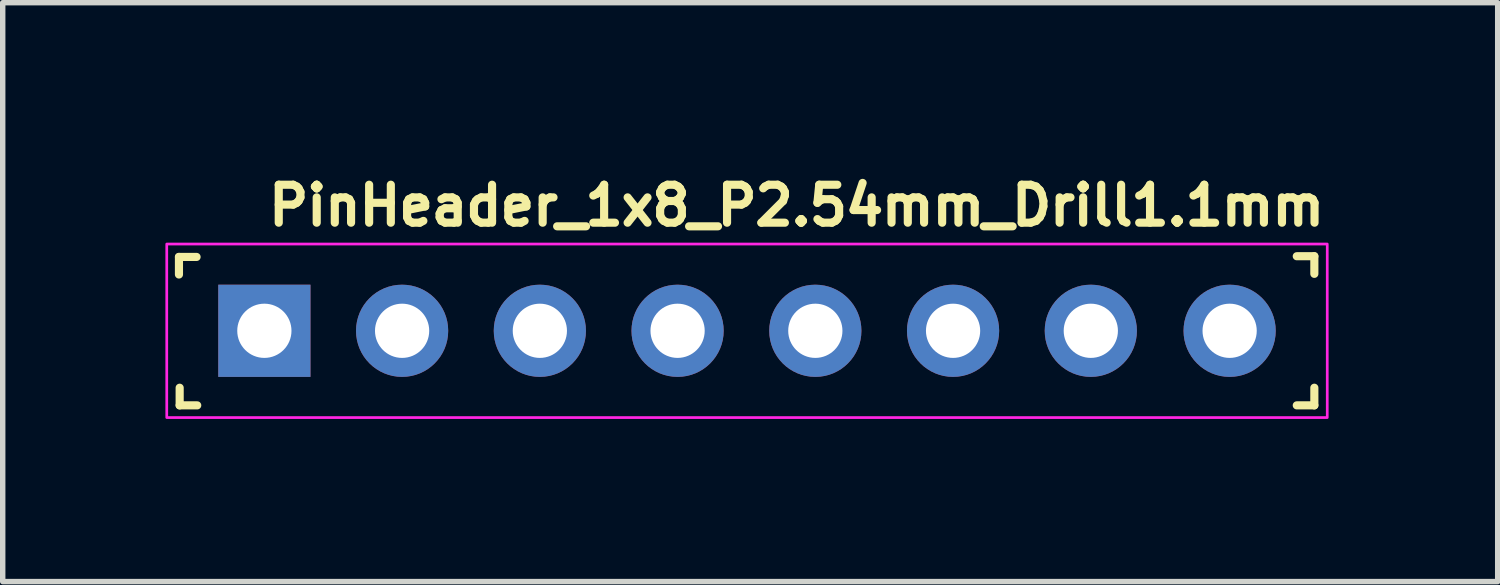
<source format=kicad_pcb>
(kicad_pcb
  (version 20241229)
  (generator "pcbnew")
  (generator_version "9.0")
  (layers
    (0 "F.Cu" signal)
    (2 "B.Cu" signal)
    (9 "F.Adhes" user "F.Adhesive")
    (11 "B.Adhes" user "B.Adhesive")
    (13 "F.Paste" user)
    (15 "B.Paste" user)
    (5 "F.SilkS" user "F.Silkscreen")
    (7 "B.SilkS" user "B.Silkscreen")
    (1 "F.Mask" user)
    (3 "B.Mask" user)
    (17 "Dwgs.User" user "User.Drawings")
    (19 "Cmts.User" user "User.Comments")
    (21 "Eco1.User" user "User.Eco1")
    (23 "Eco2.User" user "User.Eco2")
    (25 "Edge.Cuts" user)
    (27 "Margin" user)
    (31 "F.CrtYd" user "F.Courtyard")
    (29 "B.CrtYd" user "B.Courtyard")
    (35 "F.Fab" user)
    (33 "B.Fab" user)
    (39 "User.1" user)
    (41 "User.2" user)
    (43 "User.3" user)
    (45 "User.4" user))
  (footprint "PinHeader_1x8_P2.54mm_Drill1.1mm"
    (layer "F.Cu")
    (at 1.825 3.05)
    (property "Reference" "PinHeader_1x8_P2.54mm_Drill1.1mm" (at 0 -1.9 0) (layer "F.SilkS") (effects (font (size 0.7 0.7) (thickness 0.15)) (justify left bottom)))
    (attr through_hole)
    (fp_line (start -1.575 -1.362) (end -1.25 -1.362) (stroke (width 0.15) (type solid)) (layer "F.SilkS"))
    (fp_line (start -1.575 -1.038) (end -1.575 -1.362) (stroke (width 0.15) (type solid)) (layer "F.SilkS"))
    (fp_line (start -1.562 1.375) (end -1.562 1.05) (stroke (width 0.15) (type solid)) (layer "F.SilkS"))
    (fp_line (start -1.238 1.375) (end -1.562 1.375) (stroke (width 0.15) (type solid)) (layer "F.SilkS"))
    (fp_line (start 19.038 -1.375) (end 19.362 -1.375) (stroke (width 0.15) (type solid)) (layer "F.SilkS"))
    (fp_line (start 19.362 -1.375) (end 19.362 -1.05) (stroke (width 0.15) (type solid)) (layer "F.SilkS"))
    (fp_line (start 19.362 1.05) (end 19.362 1.375) (stroke (width 0.15) (type solid)) (layer "F.SilkS"))
    (fp_line (start 19.362 1.375) (end 19.038 1.375) (stroke (width 0.15) (type solid)) (layer "F.SilkS"))
    (fp_rect (start -1.8 -1.6) (end 19.6 1.6) (stroke (width 0.05) (type solid)) (fill no) (layer "F.CrtYd"))
    (fp_rect (start -1.524 1.27) (end 19.304 -1.27) (stroke (width 0.1) (type solid)) (fill no) (layer "User.5"))
    (fp_line (start -1.524 -1.27) (end -1.524 1.27) (stroke (width 0.02) (type solid)) (layer "User.9"))
    (fp_line (start -1.524 1.27) (end 19.304 1.27) (stroke (width 0.02) (type solid)) (layer "User.9"))
    (fp_line (start -0.762 -0.762) (end 0.762 -0.762) (stroke (width 0.02) (type solid)) (layer "User.9"))
    (fp_line (start -0.762 0.762) (end -0.762 -0.762) (stroke (width 0.02) (type solid)) (layer "User.9"))
    (fp_line (start -0.381 -0.381) (end -0.762 -0.762) (stroke (width 0.02) (type solid)) (layer "User.9"))
    (fp_line (start -0.381 -0.381) (end -0.381 0.381) (stroke (width 0.02) (type solid)) (layer "User.9"))
    (fp_line (start -0.381 -0.203) (end -0.102 -0.203) (stroke (width 0.02) (type solid)) (layer "User.9"))
    (fp_line (start -0.381 0.203) (end -0.102 0.203) (stroke (width 0.02) (type solid)) (layer "User.9"))
    (fp_line (start -0.381 0.381) (end -0.762 0.762) (stroke (width 0.02) (type solid)) (layer "User.9"))
    (fp_line (start -0.381 0.381) (end 0.381 0.381) (stroke (width 0.02) (type solid)) (layer "User.9"))
    (fp_line (start -0.102 -0.203) (end -0.102 0.203) (stroke (width 0.02) (type solid)) (layer "User.9"))
    (fp_line (start -0.102 -0.203) (end 0.102 -0.203) (stroke (width 0.02) (type solid)) (layer "User.9"))
    (fp_line (start -0.102 0.203) (end 0.102 0.203) (stroke (width 0.02) (type solid)) (layer "User.9"))
    (fp_line (start 0.102 -0.203) (end 0.102 0.203) (stroke (width 0.02) (type solid)) (layer "User.9"))
    (fp_line (start 0.102 -0.203) (end 0.381 -0.203) (stroke (width 0.02) (type solid)) (layer "User.9"))
    (fp_line (start 0.102 0.203) (end 0.381 0.203) (stroke (width 0.02) (type solid)) (layer "User.9"))
    (fp_line (start 0.381 -0.381) (end -0.381 -0.381) (stroke (width 0.02) (type solid)) (layer "User.9"))
    (fp_line (start 0.381 0.381) (end 0.381 -0.381) (stroke (width 0.02) (type solid)) (layer "User.9"))
    (fp_line (start 0.762 -0.762) (end 0.381 -0.381) (stroke (width 0.02) (type solid)) (layer "User.9"))
    (fp_line (start 0.762 -0.762) (end 0.762 0.762) (stroke (width 0.02) (type solid)) (layer "User.9"))
    (fp_line (start 0.762 0.762) (end -0.762 0.762) (stroke (width 0.02) (type solid)) (layer "User.9"))
    (fp_line (start 0.762 0.762) (end 0.381 0.381) (stroke (width 0.02) (type solid)) (layer "User.9"))
    (fp_line (start 1.778 -0.762) (end 3.302 -0.762) (stroke (width 0.02) (type solid)) (layer "User.9"))
    (fp_line (start 1.778 0.762) (end 1.778 -0.762) (stroke (width 0.02) (type solid)) (layer "User.9"))
    (fp_line (start 2.159 -0.381) (end 1.778 -0.762) (stroke (width 0.02) (type solid)) (layer "User.9"))
    (fp_line (start 2.159 -0.381) (end 2.159 0.381) (stroke (width 0.02) (type solid)) (layer "User.9"))
    (fp_line (start 2.159 -0.203) (end 2.438 -0.203) (stroke (width 0.02) (type solid)) (layer "User.9"))
    (fp_line (start 2.159 0.203) (end 2.438 0.203) (stroke (width 0.02) (type solid)) (layer "User.9"))
    (fp_line (start 2.159 0.381) (end 1.778 0.762) (stroke (width 0.02) (type solid)) (layer "User.9"))
    (fp_line (start 2.159 0.381) (end 2.921 0.381) (stroke (width 0.02) (type solid)) (layer "User.9"))
    (fp_line (start 2.438 -0.203) (end 2.438 0.203) (stroke (width 0.02) (type solid)) (layer "User.9"))
    (fp_line (start 2.438 -0.203) (end 2.642 -0.203) (stroke (width 0.02) (type solid)) (layer "User.9"))
    (fp_line (start 2.438 0.203) (end 2.642 0.203) (stroke (width 0.02) (type solid)) (layer "User.9"))
    (fp_line (start 2.642 -0.203) (end 2.642 0.203) (stroke (width 0.02) (type solid)) (layer "User.9"))
    (fp_line (start 2.642 -0.203) (end 2.921 -0.203) (stroke (width 0.02) (type solid)) (layer "User.9"))
    (fp_line (start 2.642 0.203) (end 2.921 0.203) (stroke (width 0.02) (type solid)) (layer "User.9"))
    (fp_line (start 2.921 -0.381) (end 2.159 -0.381) (stroke (width 0.02) (type solid)) (layer "User.9"))
    (fp_line (start 2.921 0.381) (end 2.921 -0.381) (stroke (width 0.02) (type solid)) (layer "User.9"))
    (fp_line (start 3.302 -0.762) (end 2.921 -0.381) (stroke (width 0.02) (type solid)) (layer "User.9"))
    (fp_line (start 3.302 -0.762) (end 3.302 0.762) (stroke (width 0.02) (type solid)) (layer "User.9"))
    (fp_line (start 3.302 0.762) (end 1.778 0.762) (stroke (width 0.02) (type solid)) (layer "User.9"))
    (fp_line (start 3.302 0.762) (end 2.921 0.381) (stroke (width 0.02) (type solid)) (layer "User.9"))
    (fp_line (start 4.318 -0.762) (end 5.842 -0.762) (stroke (width 0.02) (type solid)) (layer "User.9"))
    (fp_line (start 4.318 0.762) (end 4.318 -0.762) (stroke (width 0.02) (type solid)) (layer "User.9"))
    (fp_line (start 4.699 -0.381) (end 4.318 -0.762) (stroke (width 0.02) (type solid)) (layer "User.9"))
    (fp_line (start 4.699 -0.381) (end 4.699 0.381) (stroke (width 0.02) (type solid)) (layer "User.9"))
    (fp_line (start 4.699 -0.203) (end 4.978 -0.203) (stroke (width 0.02) (type solid)) (layer "User.9"))
    (fp_line (start 4.699 0.203) (end 4.978 0.203) (stroke (width 0.02) (type solid)) (layer "User.9"))
    (fp_line (start 4.699 0.381) (end 4.318 0.762) (stroke (width 0.02) (type solid)) (layer "User.9"))
    (fp_line (start 4.699 0.381) (end 5.461 0.381) (stroke (width 0.02) (type solid)) (layer "User.9"))
    (fp_line (start 4.978 -0.203) (end 4.978 0.203) (stroke (width 0.02) (type solid)) (layer "User.9"))
    (fp_line (start 4.978 -0.203) (end 5.182 -0.203) (stroke (width 0.02) (type solid)) (layer "User.9"))
    (fp_line (start 4.978 0.203) (end 5.182 0.203) (stroke (width 0.02) (type solid)) (layer "User.9"))
    (fp_line (start 5.182 -0.203) (end 5.182 0.203) (stroke (width 0.02) (type solid)) (layer "User.9"))
    (fp_line (start 5.182 -0.203) (end 5.461 -0.203) (stroke (width 0.02) (type solid)) (layer "User.9"))
    (fp_line (start 5.182 0.203) (end 5.461 0.203) (stroke (width 0.02) (type solid)) (layer "User.9"))
    (fp_line (start 5.461 -0.381) (end 4.699 -0.381) (stroke (width 0.02) (type solid)) (layer "User.9"))
    (fp_line (start 5.461 0.381) (end 5.461 -0.381) (stroke (width 0.02) (type solid)) (layer "User.9"))
    (fp_line (start 5.842 -0.762) (end 5.461 -0.381) (stroke (width 0.02) (type solid)) (layer "User.9"))
    (fp_line (start 5.842 -0.762) (end 5.842 0.762) (stroke (width 0.02) (type solid)) (layer "User.9"))
    (fp_line (start 5.842 0.762) (end 4.318 0.762) (stroke (width 0.02) (type solid)) (layer "User.9"))
    (fp_line (start 5.842 0.762) (end 5.461 0.381) (stroke (width 0.02) (type solid)) (layer "User.9"))
    (fp_line (start 6.858 -0.762) (end 8.382 -0.762) (stroke (width 0.02) (type solid)) (layer "User.9"))
    (fp_line (start 6.858 0.762) (end 6.858 -0.762) (stroke (width 0.02) (type solid)) (layer "User.9"))
    (fp_line (start 7.239 -0.381) (end 6.858 -0.762) (stroke (width 0.02) (type solid)) (layer "User.9"))
    (fp_line (start 7.239 -0.381) (end 7.239 0.381) (stroke (width 0.02) (type solid)) (layer "User.9"))
    (fp_line (start 7.239 -0.203) (end 7.518 -0.203) (stroke (width 0.02) (type solid)) (layer "User.9"))
    (fp_line (start 7.239 0.203) (end 7.518 0.203) (stroke (width 0.02) (type solid)) (layer "User.9"))
    (fp_line (start 7.239 0.381) (end 6.858 0.762) (stroke (width 0.02) (type solid)) (layer "User.9"))
    (fp_line (start 7.239 0.381) (end 8.001 0.381) (stroke (width 0.02) (type solid)) (layer "User.9"))
    (fp_line (start 7.518 -0.203) (end 7.518 0.203) (stroke (width 0.02) (type solid)) (layer "User.9"))
    (fp_line (start 7.518 -0.203) (end 7.722 -0.203) (stroke (width 0.02) (type solid)) (layer "User.9"))
    (fp_line (start 7.518 0.203) (end 7.722 0.203) (stroke (width 0.02) (type solid)) (layer "User.9"))
    (fp_line (start 7.722 -0.203) (end 7.722 0.203) (stroke (width 0.02) (type solid)) (layer "User.9"))
    (fp_line (start 7.722 -0.203) (end 8.001 -0.203) (stroke (width 0.02) (type solid)) (layer "User.9"))
    (fp_line (start 7.722 0.203) (end 8.001 0.203) (stroke (width 0.02) (type solid)) (layer "User.9"))
    (fp_line (start 8.001 -0.381) (end 7.239 -0.381) (stroke (width 0.02) (type solid)) (layer "User.9"))
    (fp_line (start 8.001 0.381) (end 8.001 -0.381) (stroke (width 0.02) (type solid)) (layer "User.9"))
    (fp_line (start 8.382 -0.762) (end 8.001 -0.381) (stroke (width 0.02) (type solid)) (layer "User.9"))
    (fp_line (start 8.382 -0.762) (end 8.382 0.762) (stroke (width 0.02) (type solid)) (layer "User.9"))
    (fp_line (start 8.382 0.762) (end 6.858 0.762) (stroke (width 0.02) (type solid)) (layer "User.9"))
    (fp_line (start 8.382 0.762) (end 8.001 0.381) (stroke (width 0.02) (type solid)) (layer "User.9"))
    (fp_line (start 9.398 -0.762) (end 10.922 -0.762) (stroke (width 0.02) (type solid)) (layer "User.9"))
    (fp_line (start 9.398 0.762) (end 9.398 -0.762) (stroke (width 0.02) (type solid)) (layer "User.9"))
    (fp_line (start 9.779 -0.381) (end 9.398 -0.762) (stroke (width 0.02) (type solid)) (layer "User.9"))
    (fp_line (start 9.779 -0.381) (end 9.779 0.381) (stroke (width 0.02) (type solid)) (layer "User.9"))
    (fp_line (start 9.779 -0.203) (end 10.058 -0.203) (stroke (width 0.02) (type solid)) (layer "User.9"))
    (fp_line (start 9.779 0.203) (end 10.058 0.203) (stroke (width 0.02) (type solid)) (layer "User.9"))
    (fp_line (start 9.779 0.381) (end 9.398 0.762) (stroke (width 0.02) (type solid)) (layer "User.9"))
    (fp_line (start 9.779 0.381) (end 10.541 0.381) (stroke (width 0.02) (type solid)) (layer "User.9"))
    (fp_line (start 10.058 -0.203) (end 10.058 0.203) (stroke (width 0.02) (type solid)) (layer "User.9"))
    (fp_line (start 10.058 -0.203) (end 10.262 -0.203) (stroke (width 0.02) (type solid)) (layer "User.9"))
    (fp_line (start 10.058 0.203) (end 10.262 0.203) (stroke (width 0.02) (type solid)) (layer "User.9"))
    (fp_line (start 10.262 -0.203) (end 10.262 0.203) (stroke (width 0.02) (type solid)) (layer "User.9"))
    (fp_line (start 10.262 -0.203) (end 10.541 -0.203) (stroke (width 0.02) (type solid)) (layer "User.9"))
    (fp_line (start 10.262 0.203) (end 10.541 0.203) (stroke (width 0.02) (type solid)) (layer "User.9"))
    (fp_line (start 10.541 -0.381) (end 9.779 -0.381) (stroke (width 0.02) (type solid)) (layer "User.9"))
    (fp_line (start 10.541 0.381) (end 10.541 -0.381) (stroke (width 0.02) (type solid)) (layer "User.9"))
    (fp_line (start 10.922 -0.762) (end 10.541 -0.381) (stroke (width 0.02) (type solid)) (layer "User.9"))
    (fp_line (start 10.922 -0.762) (end 10.922 0.762) (stroke (width 0.02) (type solid)) (layer "User.9"))
    (fp_line (start 10.922 0.762) (end 9.398 0.762) (stroke (width 0.02) (type solid)) (layer "User.9"))
    (fp_line (start 10.922 0.762) (end 10.541 0.381) (stroke (width 0.02) (type solid)) (layer "User.9"))
    (fp_line (start 11.938 -0.762) (end 13.462 -0.762) (stroke (width 0.02) (type solid)) (layer "User.9"))
    (fp_line (start 11.938 0.762) (end 11.938 -0.762) (stroke (width 0.02) (type solid)) (layer "User.9"))
    (fp_line (start 12.319 -0.381) (end 11.938 -0.762) (stroke (width 0.02) (type solid)) (layer "User.9"))
    (fp_line (start 12.319 -0.381) (end 12.319 0.381) (stroke (width 0.02) (type solid)) (layer "User.9"))
    (fp_line (start 12.319 -0.203) (end 12.598 -0.203) (stroke (width 0.02) (type solid)) (layer "User.9"))
    (fp_line (start 12.319 0.203) (end 12.598 0.203) (stroke (width 0.02) (type solid)) (layer "User.9"))
    (fp_line (start 12.319 0.381) (end 11.938 0.762) (stroke (width 0.02) (type solid)) (layer "User.9"))
    (fp_line (start 12.319 0.381) (end 13.081 0.381) (stroke (width 0.02) (type solid)) (layer "User.9"))
    (fp_line (start 12.598 -0.203) (end 12.598 0.203) (stroke (width 0.02) (type solid)) (layer "User.9"))
    (fp_line (start 12.598 -0.203) (end 12.802 -0.203) (stroke (width 0.02) (type solid)) (layer "User.9"))
    (fp_line (start 12.598 0.203) (end 12.802 0.203) (stroke (width 0.02) (type solid)) (layer "User.9"))
    (fp_line (start 12.802 -0.203) (end 12.802 0.203) (stroke (width 0.02) (type solid)) (layer "User.9"))
    (fp_line (start 12.802 -0.203) (end 13.081 -0.203) (stroke (width 0.02) (type solid)) (layer "User.9"))
    (fp_line (start 12.802 0.203) (end 13.081 0.203) (stroke (width 0.02) (type solid)) (layer "User.9"))
    (fp_line (start 13.081 -0.381) (end 12.319 -0.381) (stroke (width 0.02) (type solid)) (layer "User.9"))
    (fp_line (start 13.081 0.381) (end 13.081 -0.381) (stroke (width 0.02) (type solid)) (layer "User.9"))
    (fp_line (start 13.462 -0.762) (end 13.081 -0.381) (stroke (width 0.02) (type solid)) (layer "User.9"))
    (fp_line (start 13.462 -0.762) (end 13.462 0.762) (stroke (width 0.02) (type solid)) (layer "User.9"))
    (fp_line (start 13.462 0.762) (end 11.938 0.762) (stroke (width 0.02) (type solid)) (layer "User.9"))
    (fp_line (start 13.462 0.762) (end 13.081 0.381) (stroke (width 0.02) (type solid)) (layer "User.9"))
    (fp_line (start 14.478 -0.762) (end 16.002 -0.762) (stroke (width 0.02) (type solid)) (layer "User.9"))
    (fp_line (start 14.478 0.762) (end 14.478 -0.762) (stroke (width 0.02) (type solid)) (layer "User.9"))
    (fp_line (start 14.859 -0.381) (end 14.478 -0.762) (stroke (width 0.02) (type solid)) (layer "User.9"))
    (fp_line (start 14.859 -0.381) (end 14.859 0.381) (stroke (width 0.02) (type solid)) (layer "User.9"))
    (fp_line (start 14.859 -0.203) (end 15.138 -0.203) (stroke (width 0.02) (type solid)) (layer "User.9"))
    (fp_line (start 14.859 0.203) (end 15.138 0.203) (stroke (width 0.02) (type solid)) (layer "User.9"))
    (fp_line (start 14.859 0.381) (end 14.478 0.762) (stroke (width 0.02) (type solid)) (layer "User.9"))
    (fp_line (start 14.859 0.381) (end 15.621 0.381) (stroke (width 0.02) (type solid)) (layer "User.9"))
    (fp_line (start 15.138 -0.203) (end 15.138 0.203) (stroke (width 0.02) (type solid)) (layer "User.9"))
    (fp_line (start 15.138 -0.203) (end 15.342 -0.203) (stroke (width 0.02) (type solid)) (layer "User.9"))
    (fp_line (start 15.138 0.203) (end 15.342 0.203) (stroke (width 0.02) (type solid)) (layer "User.9"))
    (fp_line (start 15.342 -0.203) (end 15.342 0.203) (stroke (width 0.02) (type solid)) (layer "User.9"))
    (fp_line (start 15.342 -0.203) (end 15.621 -0.203) (stroke (width 0.02) (type solid)) (layer "User.9"))
    (fp_line (start 15.342 0.203) (end 15.621 0.203) (stroke (width 0.02) (type solid)) (layer "User.9"))
    (fp_line (start 15.621 -0.381) (end 14.859 -0.381) (stroke (width 0.02) (type solid)) (layer "User.9"))
    (fp_line (start 15.621 0.381) (end 15.621 -0.381) (stroke (width 0.02) (type solid)) (layer "User.9"))
    (fp_line (start 16.002 -0.762) (end 15.621 -0.381) (stroke (width 0.02) (type solid)) (layer "User.9"))
    (fp_line (start 16.002 -0.762) (end 16.002 0.762) (stroke (width 0.02) (type solid)) (layer "User.9"))
    (fp_line (start 16.002 0.762) (end 14.478 0.762) (stroke (width 0.02) (type solid)) (layer "User.9"))
    (fp_line (start 16.002 0.762) (end 15.621 0.381) (stroke (width 0.02) (type solid)) (layer "User.9"))
    (fp_line (start 17.018 -0.762) (end 18.542 -0.762) (stroke (width 0.02) (type solid)) (layer "User.9"))
    (fp_line (start 17.018 0.762) (end 17.018 -0.762) (stroke (width 0.02) (type solid)) (layer "User.9"))
    (fp_line (start 17.018 0.762) (end 17.399 0.381) (stroke (width 0.02) (type solid)) (layer "User.9"))
    (fp_line (start 17.399 -0.381) (end 17.018 -0.762) (stroke (width 0.02) (type solid)) (layer "User.9"))
    (fp_line (start 17.399 -0.381) (end 17.399 0.381) (stroke (width 0.02) (type solid)) (layer "User.9"))
    (fp_line (start 17.399 -0.203) (end 17.678 -0.203) (stroke (width 0.02) (type solid)) (layer "User.9"))
    (fp_line (start 17.399 0.203) (end 17.678 0.203) (stroke (width 0.02) (type solid)) (layer "User.9"))
    (fp_line (start 17.399 0.381) (end 18.161 0.381) (stroke (width 0.02) (type solid)) (layer "User.9"))
    (fp_line (start 17.678 -0.203) (end 17.678 0.203) (stroke (width 0.02) (type solid)) (layer "User.9"))
    (fp_line (start 17.678 -0.203) (end 17.882 -0.203) (stroke (width 0.02) (type solid)) (layer "User.9"))
    (fp_line (start 17.678 0.203) (end 17.882 0.203) (stroke (width 0.02) (type solid)) (layer "User.9"))
    (fp_line (start 17.882 -0.203) (end 17.882 0.203) (stroke (width 0.02) (type solid)) (layer "User.9"))
    (fp_line (start 17.882 -0.203) (end 18.161 -0.203) (stroke (width 0.02) (type solid)) (layer "User.9"))
    (fp_line (start 17.882 0.203) (end 18.161 0.203) (stroke (width 0.02) (type solid)) (layer "User.9"))
    (fp_line (start 18.161 -0.381) (end 17.399 -0.381) (stroke (width 0.02) (type solid)) (layer "User.9"))
    (fp_line (start 18.161 -0.381) (end 18.542 -0.762) (stroke (width 0.02) (type solid)) (layer "User.9"))
    (fp_line (start 18.161 0.381) (end 18.161 -0.381) (stroke (width 0.02) (type solid)) (layer "User.9"))
    (fp_line (start 18.542 -0.762) (end 18.542 0.762) (stroke (width 0.02) (type solid)) (layer "User.9"))
    (fp_line (start 18.542 0.762) (end 17.018 0.762) (stroke (width 0.02) (type solid)) (layer "User.9"))
    (fp_line (start 18.542 0.762) (end 18.161 0.381) (stroke (width 0.02) (type solid)) (layer "User.9"))
    (fp_line (start 19.304 -1.27) (end -1.524 -1.27) (stroke (width 0.02) (type solid)) (layer "User.9"))
    (fp_line (start 19.304 1.27) (end 19.304 -1.27) (stroke (width 0.02) (type solid)) (layer "User.9"))
    (pad "1" thru_hole rect (at 0 0) (size 1.7 1.7) (drill 1) (layers "*.Cu" "*.Mask"))
    (pad "2" thru_hole circle (at 2.54 0) (size 1.7 1.7) (drill 1) (layers "*.Cu" "*.Mask"))
    (pad "3" thru_hole circle (at 5.08 0) (size 1.7 1.7) (drill 1) (layers "*.Cu" "*.Mask"))
    (pad "4" thru_hole circle (at 7.62 0) (size 1.7 1.7) (drill 1) (layers "*.Cu" "*.Mask"))
    (pad "5" thru_hole circle (at 10.16 0) (size 1.7 1.7) (drill 1) (layers "*.Cu" "*.Mask"))
    (pad "6" thru_hole circle (at 12.7 0) (size 1.7 1.7) (drill 1) (layers "*.Cu" "*.Mask"))
    (pad "7" thru_hole circle (at 15.24 0) (size 1.7 1.7) (drill 1) (layers "*.Cu" "*.Mask"))
    (pad "8" thru_hole circle (at 17.8 0) (size 1.7 1.7) (drill 1) (layers "*.Cu" "*.Mask")))
  (gr_rect
    (start -3 -3)
    (end 24.568 7.675)
    (stroke (width 0.1) (type default))
    (fill no)
    (layer "Edge.Cuts")))
</source>
